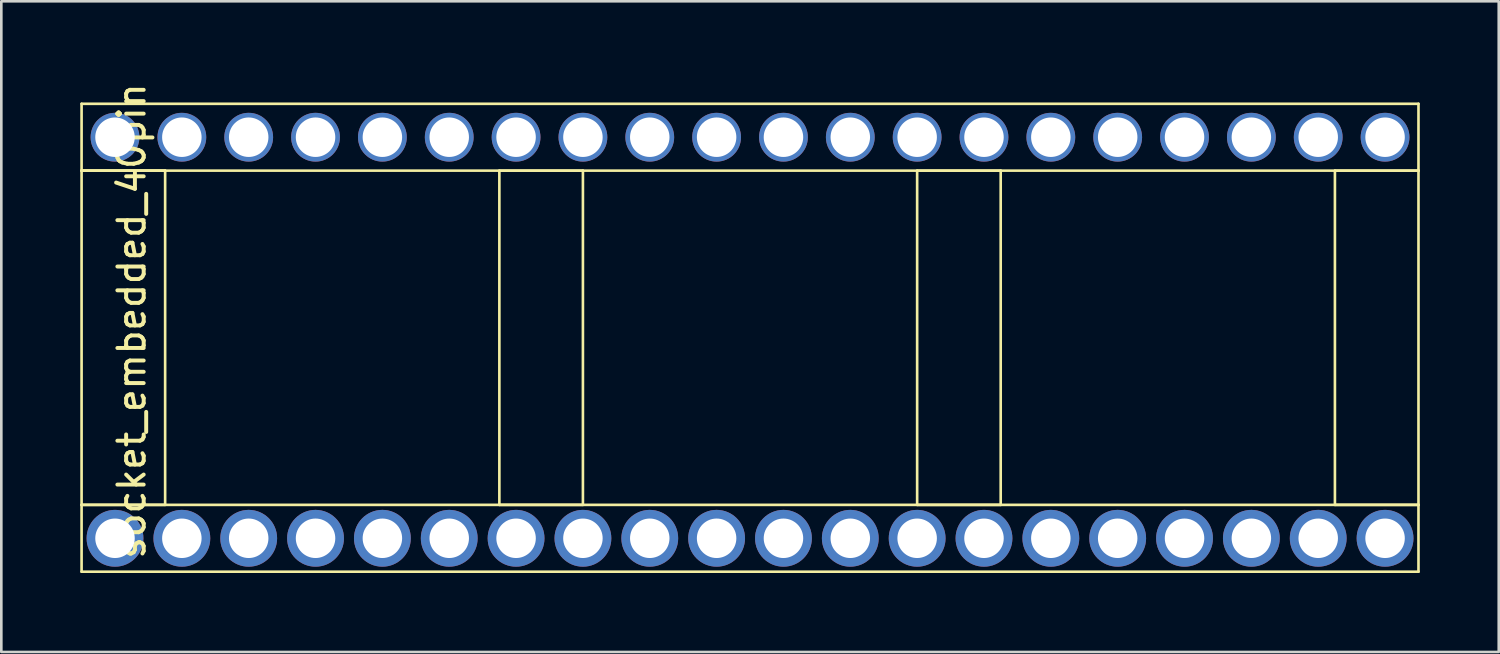
<source format=kicad_pcb>
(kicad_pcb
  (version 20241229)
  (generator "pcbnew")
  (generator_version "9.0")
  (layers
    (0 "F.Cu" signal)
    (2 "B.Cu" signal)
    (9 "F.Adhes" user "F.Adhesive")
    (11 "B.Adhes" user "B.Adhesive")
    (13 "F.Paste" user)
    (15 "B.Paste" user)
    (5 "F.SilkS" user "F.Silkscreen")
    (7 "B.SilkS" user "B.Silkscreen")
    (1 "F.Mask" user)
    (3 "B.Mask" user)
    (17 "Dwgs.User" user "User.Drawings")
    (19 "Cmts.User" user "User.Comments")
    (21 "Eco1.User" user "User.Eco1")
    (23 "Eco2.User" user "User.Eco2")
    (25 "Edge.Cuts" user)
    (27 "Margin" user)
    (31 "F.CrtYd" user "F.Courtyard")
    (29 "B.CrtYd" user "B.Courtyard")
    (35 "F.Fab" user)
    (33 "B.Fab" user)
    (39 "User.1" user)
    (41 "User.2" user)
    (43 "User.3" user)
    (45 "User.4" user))
  (footprint "socket_embedded_40pin"
    (layer "F.Cu")
    (at 24.18 9.784)
    (property "Reference" "socket_embedded_40pin" (at -22.225 -0.635 90) (layer "F.SilkS") (effects (font (size 1 1) (thickness 0.15))))
    (attr through_hole)
    (fp_line (start -24.13 -8.89) (end -24.13 -6.35) (stroke (width 0.1) (type solid)) (layer "F.SilkS"))
    (fp_line (start -24.13 -6.35) (end -20.955 -6.35) (stroke (width 0.1) (type solid)) (layer "F.SilkS"))
    (fp_line (start -24.13 -6.35) (end -20.955 -6.35) (stroke (width 0.1) (type solid)) (layer "F.SilkS"))
    (fp_line (start -24.13 -6.35) (end 26.67 -6.35) (stroke (width 0.1) (type solid)) (layer "F.SilkS"))
    (fp_line (start -24.13 6.35) (end -24.13 -6.35) (stroke (width 0.1) (type solid)) (layer "F.SilkS"))
    (fp_line (start -24.13 6.35) (end -24.13 8.89) (stroke (width 0.1) (type solid)) (layer "F.SilkS"))
    (fp_line (start -24.13 8.89) (end 26.67 8.89) (stroke (width 0.1) (type solid)) (layer "F.SilkS"))
    (fp_line (start -20.955 -6.35) (end -20.955 6.35) (stroke (width 0.1) (type solid)) (layer "F.SilkS"))
    (fp_line (start -20.955 6.35) (end -24.13 6.35) (stroke (width 0.1) (type solid)) (layer "F.SilkS"))
    (fp_line (start -8.255 -6.35) (end -5.08 -6.35) (stroke (width 0.1) (type solid)) (layer "F.SilkS"))
    (fp_line (start -8.255 6.35) (end -8.255 -6.35) (stroke (width 0.1) (type solid)) (layer "F.SilkS"))
    (fp_line (start -5.08 -6.35) (end -5.08 6.35) (stroke (width 0.1) (type solid)) (layer "F.SilkS"))
    (fp_line (start -5.08 6.35) (end -8.255 6.35) (stroke (width 0.1) (type solid)) (layer "F.SilkS"))
    (fp_line (start 7.62 -6.35) (end 7.62 6.35) (stroke (width 0.1) (type solid)) (layer "F.SilkS"))
    (fp_line (start 7.62 6.35) (end 10.795 6.35) (stroke (width 0.1) (type solid)) (layer "F.SilkS"))
    (fp_line (start 10.795 -6.35) (end 7.62 -6.35) (stroke (width 0.1) (type solid)) (layer "F.SilkS"))
    (fp_line (start 10.795 6.35) (end 10.795 -6.35) (stroke (width 0.1) (type solid)) (layer "F.SilkS"))
    (fp_line (start 23.495 -6.35) (end 23.495 6.35) (stroke (width 0.1) (type solid)) (layer "F.SilkS"))
    (fp_line (start 23.495 6.35) (end 26.67 6.35) (stroke (width 0.1) (type solid)) (layer "F.SilkS"))
    (fp_line (start 26.67 -8.89) (end -24.13 -8.89) (stroke (width 0.1) (type solid)) (layer "F.SilkS"))
    (fp_line (start 26.67 -6.35) (end 23.495 -6.35) (stroke (width 0.1) (type solid)) (layer "F.SilkS"))
    (fp_line (start 26.67 -6.35) (end 26.67 -8.89) (stroke (width 0.1) (type solid)) (layer "F.SilkS"))
    (fp_line (start 26.67 6.35) (end -24.13 6.35) (stroke (width 0.1) (type solid)) (layer "F.SilkS"))
    (fp_line (start 26.67 6.35) (end 26.67 -6.35) (stroke (width 0.1) (type solid)) (layer "F.SilkS"))
    (fp_line (start 26.67 8.89) (end 26.67 6.35) (stroke (width 0.1) (type solid)) (layer "F.SilkS"))
    (pad "1" thru_hole circle (at -22.86 7.62) (size 2.159 2.159) (drill 1.5) (layers "*.Cu" "*.Mask"))
    (pad "2" thru_hole circle (at -20.32 7.62) (size 2.159 2.159) (drill 1.5) (layers "*.Cu" "*.Mask"))
    (pad "3" thru_hole circle (at -17.78 7.62) (size 2.159 2.159) (drill 1.5) (layers "*.Cu" "*.Mask"))
    (pad "4" thru_hole circle (at -15.24 7.62) (size 2.159 2.159) (drill 1.5) (layers "*.Cu" "*.Mask"))
    (pad "5" thru_hole circle (at -12.7 7.62) (size 2.159 2.159) (drill 1.5) (layers "*.Cu" "*.Mask"))
    (pad "6" thru_hole circle (at -10.16 7.62) (size 2.159 2.159) (drill 1.5) (layers "*.Cu" "*.Mask"))
    (pad "7" thru_hole circle (at -7.62 7.62) (size 2.159 2.159) (drill 1.5) (layers "*.Cu" "*.Mask"))
    (pad "8" thru_hole circle (at -5.08 7.62) (size 2.159 2.159) (drill 1.5) (layers "*.Cu" "*.Mask"))
    (pad "9" thru_hole circle (at -2.54 7.62) (size 2.159 2.159) (drill 1.5) (layers "*.Cu" "*.Mask"))
    (pad "10" thru_hole circle (at 0 7.62) (size 2.159 2.159) (drill 1.5) (layers "*.Cu" "*.Mask"))
    (pad "11" thru_hole circle (at 2.54 7.62) (size 2.159 2.159) (drill 1.5) (layers "*.Cu" "*.Mask"))
    (pad "12" thru_hole circle (at 5.08 7.62) (size 2.159 2.159) (drill 1.5) (layers "*.Cu" "*.Mask"))
    (pad "13" thru_hole circle (at 7.62 7.62) (size 2.159 2.159) (drill 1.5) (layers "*.Cu" "*.Mask"))
    (pad "14" thru_hole circle (at 10.16 7.62) (size 2.159 2.159) (drill 1.5) (layers "*.Cu" "*.Mask"))
    (pad "15" thru_hole circle (at 12.7 7.62) (size 2.159 2.159) (drill 1.5) (layers "*.Cu" "*.Mask"))
    (pad "16" thru_hole circle (at 15.24 7.62) (size 2.159 2.159) (drill 1.5) (layers "*.Cu" "*.Mask"))
    (pad "17" thru_hole circle (at 17.78 7.62) (size 2.159 2.159) (drill 1.5) (layers "*.Cu" "*.Mask"))
    (pad "18" thru_hole circle (at 20.32 7.62) (size 2.159 2.159) (drill 1.5) (layers "*.Cu" "*.Mask"))
    (pad "19" thru_hole circle (at 22.86 7.62) (size 2.159 2.159) (drill 1.5) (layers "*.Cu" "*.Mask"))
    (pad "20" thru_hole circle (at 25.4 7.62) (size 2.159 2.159) (drill 1.5) (layers "*.Cu" "*.Mask"))
    (pad "21" thru_hole circle (at 25.4 -7.62) (size 1.854 1.854) (drill 1.5) (layers "*.Cu" "*.Mask"))
    (pad "22" thru_hole circle (at 22.86 -7.62) (size 1.854 1.854) (drill 1.5) (layers "*.Cu" "*.Mask"))
    (pad "23" thru_hole circle (at 20.32 -7.62) (size 1.854 1.854) (drill 1.5) (layers "*.Cu" "*.Mask"))
    (pad "24" thru_hole circle (at 17.78 -7.62) (size 1.854 1.854) (drill 1.5) (layers "*.Cu" "*.Mask"))
    (pad "25" thru_hole circle (at 15.24 -7.62) (size 1.854 1.854) (drill 1.5) (layers "*.Cu" "*.Mask"))
    (pad "26" thru_hole circle (at 12.7 -7.62) (size 1.854 1.854) (drill 1.5) (layers "*.Cu" "*.Mask"))
    (pad "27" thru_hole circle (at 10.16 -7.62) (size 1.854 1.854) (drill 1.5) (layers "*.Cu" "*.Mask"))
    (pad "28" thru_hole circle (at 7.62 -7.62) (size 1.854 1.854) (drill 1.5) (layers "*.Cu" "*.Mask"))
    (pad "29" thru_hole circle (at 5.08 -7.62) (size 1.854 1.854) (drill 1.5) (layers "*.Cu" "*.Mask"))
    (pad "30" thru_hole circle (at 2.54 -7.62) (size 1.854 1.854) (drill 1.5) (layers "*.Cu" "*.Mask"))
    (pad "31" thru_hole circle (at 0 -7.62) (size 1.854 1.854) (drill 1.5) (layers "*.Cu" "*.Mask"))
    (pad "32" thru_hole circle (at -2.54 -7.62) (size 1.854 1.854) (drill 1.5) (layers "*.Cu" "*.Mask"))
    (pad "33" thru_hole circle (at -5.08 -7.62) (size 1.854 1.854) (drill 1.5) (layers "*.Cu" "*.Mask"))
    (pad "34" thru_hole circle (at -7.62 -7.62) (size 1.854 1.854) (drill 1.5) (layers "*.Cu" "*.Mask"))
    (pad "35" thru_hole circle (at -10.16 -7.62) (size 1.854 1.854) (drill 1.5) (layers "*.Cu" "*.Mask"))
    (pad "36" thru_hole circle (at -12.7 -7.62) (size 1.854 1.854) (drill 1.5) (layers "*.Cu" "*.Mask"))
    (pad "37" thru_hole circle (at -15.24 -7.62) (size 1.854 1.854) (drill 1.5) (layers "*.Cu" "*.Mask"))
    (pad "38" thru_hole circle (at -17.78 -7.62) (size 1.854 1.854) (drill 1.5) (layers "*.Cu" "*.Mask"))
    (pad "39" thru_hole circle (at -20.32 -7.62) (size 1.854 1.854) (drill 1.5) (layers "*.Cu" "*.Mask"))
    (pad "40" thru_hole circle (at -22.86 -7.62) (size 1.854 1.854) (drill 1.5) (layers "*.Cu" "*.Mask")))
  (gr_rect
    (start -3 -3)
    (end 53.9 21.724)
    (stroke (width 0.1) (type default))
    (fill no)
    (layer "Edge.Cuts")))
</source>
